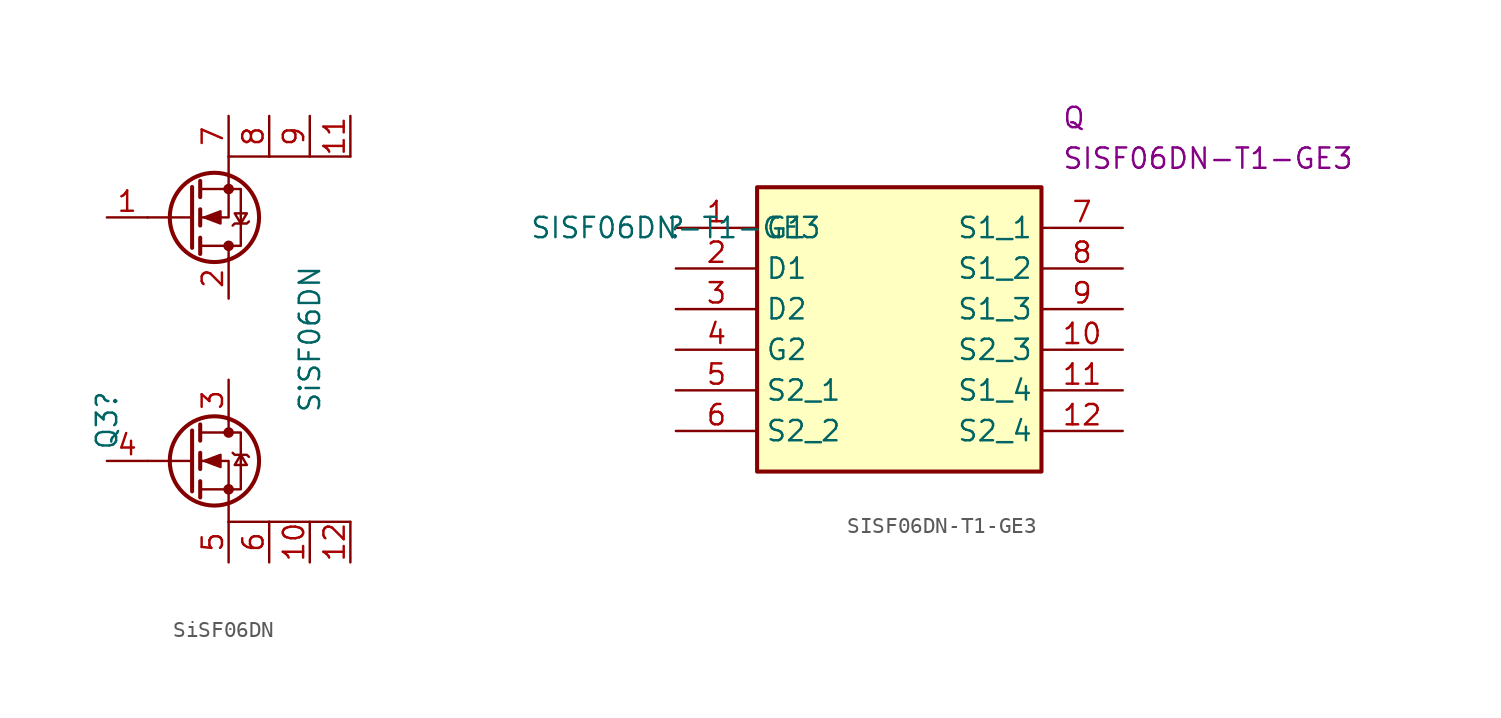
<source format=kicad_sym>
(kicad_symbol_lib
  (version 20211014)
  (generator kicad_symbol_editor)
  (symbol "SiSF06DN"
    (pin_names hide)
    (property "Reference" "Q3"
      (at -7.62 2.54 90)
      (effects (font (size 1.27 1.27))))
    (property "Value" "SiSF06DN"
      (at 5.08 7.62 90)
      (effects (font (size 1.27 1.27))))
    (symbol "SiSF06DN_0_1"
      (circle (center -0.889 0) (radius 2.794) (stroke (width 0.254) (type default) (color 0 0 0 0)) (fill (type none)))
      (circle (center -0.889 15.24) (radius 2.794) (stroke (width 0.254) (type default) (color 0 0 0 0)) (fill (type none)))
      (circle (center 0 -1.778) (radius 0.254) (stroke (width 0) (type default) (color 0 0 0 0)) (fill (type outline)))
      (polyline (pts (xy -2.286 0) (xy -5.08 0)) (stroke (width 0) (type default) (color 0 0 0 0)) (fill (type none)))
      (polyline (pts (xy -2.286 1.905) (xy -2.286 -1.905)) (stroke (width 0.254) (type default) (color 0 0 0 0)) (fill (type none)))
      (polyline (pts (xy -2.286 13.335) (xy -2.286 17.145)) (stroke (width 0.254) (type default) (color 0 0 0 0)) (fill (type none)))
      (polyline (pts (xy -2.286 15.24) (xy -5.08 15.24)) (stroke (width 0) (type default) (color 0 0 0 0)) (fill (type none)))
      (polyline (pts (xy -1.778 -1.27) (xy -1.778 -2.286)) (stroke (width 0.254) (type default) (color 0 0 0 0)) (fill (type none)))
      (polyline (pts (xy -1.778 0.508) (xy -1.778 -0.508)) (stroke (width 0.254) (type default) (color 0 0 0 0)) (fill (type none)))
      (polyline (pts (xy -1.778 2.286) (xy -1.778 1.27)) (stroke (width 0.254) (type default) (color 0 0 0 0)) (fill (type none)))
      (polyline (pts (xy -1.778 12.954) (xy -1.778 13.97)) (stroke (width 0.254) (type default) (color 0 0 0 0)) (fill (type none)))
      (polyline (pts (xy -1.778 14.732) (xy -1.778 15.748)) (stroke (width 0.254) (type default) (color 0 0 0 0)) (fill (type none)))
      (polyline (pts (xy -1.778 16.51) (xy -1.778 17.526)) (stroke (width 0.254) (type default) (color 0 0 0 0)) (fill (type none)))
      (polyline (pts (xy 0 2.54) (xy 0 1.778)) (stroke (width 0) (type default) (color 0 0 0 0)) (fill (type none)))
      (polyline (pts (xy 0 12.7) (xy 0 13.462)) (stroke (width 0) (type default) (color 0 0 0 0)) (fill (type none)))
      (polyline (pts (xy 2.54 -3.81) (xy 0 -3.81)) (stroke (width 0) (type default) (color 0 0 0 0)) (fill (type none)))
      (polyline (pts (xy 2.54 19.05) (xy 0 19.05)) (stroke (width 0) (type default) (color 0 0 0 0)) (fill (type none)))
      (polyline (pts (xy 7.62 -3.81) (xy 2.54 -3.81)) (stroke (width 0) (type default) (color 0 0 0 0)) (fill (type none)))
      (polyline (pts (xy 7.62 19.05) (xy 2.54 19.05)) (stroke (width 0) (type default) (color 0 0 0 0)) (fill (type none)))
      (polyline (pts (xy 0 -3.81) (xy 0 0) (xy -1.778 0)) (stroke (width 0) (type default) (color 0 0 0 0)) (fill (type none)))
      (polyline (pts (xy 0 19.05) (xy 0 15.24) (xy -1.778 15.24)) (stroke (width 0) (type default) (color 0 0 0 0)) (fill (type none)))
      (polyline (pts (xy -1.778 -1.778) (xy 0.762 -1.778) (xy 0.762 1.778) (xy -1.778 1.778)) (stroke (width 0) (type default) (color 0 0 0 0)) (fill (type none)))
      (polyline (pts (xy -1.778 17.018) (xy 0.762 17.018) (xy 0.762 13.462) (xy -1.778 13.462)) (stroke (width 0) (type default) (color 0 0 0 0)) (fill (type none)))
      (polyline (pts (xy -1.524 0) (xy -0.508 0.381) (xy -0.508 -0.381) (xy -1.524 0)) (stroke (width 0) (type default) (color 0 0 0 0)) (fill (type outline)))
      (polyline (pts (xy -1.524 15.24) (xy -0.508 14.859) (xy -0.508 15.621) (xy -1.524 15.24)) (stroke (width 0) (type default) (color 0 0 0 0)) (fill (type outline)))
      (polyline (pts (xy 0.254 0.508) (xy 0.381 0.381) (xy 1.143 0.381) (xy 1.27 0.254)) (stroke (width 0) (type default) (color 0 0 0 0)) (fill (type none)))
      (polyline (pts (xy 0.254 14.732) (xy 0.381 14.859) (xy 1.143 14.859) (xy 1.27 14.986)) (stroke (width 0) (type default) (color 0 0 0 0)) (fill (type none)))
      (polyline (pts (xy 0.762 0.381) (xy 0.381 -0.254) (xy 1.143 -0.254) (xy 0.762 0.381)) (stroke (width 0) (type default) (color 0 0 0 0)) (fill (type none)))
      (polyline (pts (xy 0.762 14.859) (xy 0.381 15.494) (xy 1.143 15.494) (xy 0.762 14.859)) (stroke (width 0) (type default) (color 0 0 0 0)) (fill (type none)))
      (circle (center 0 1.778) (radius 0.254) (stroke (width 0) (type default) (color 0 0 0 0)) (fill (type outline)))
      (circle (center 0 13.462) (radius 0.254) (stroke (width 0) (type default) (color 0 0 0 0)) (fill (type outline)))
      (circle (center 0 17.018) (radius 0.254) (stroke (width 0) (type default) (color 0 0 0 0)) (fill (type outline))))
    (symbol "SiSF06DN_1_1"
      (pin input line (at -7.62 15.24 0) (length 2.54) (name "G1" (effects (font (size 1.27 1.27)))) (number "1" (effects (font (size 1.27 1.27)))))
      (pin passive line (at 5.08 -6.35 90) (length 2.54) (name "S2" (effects (font (size 1.27 1.27)))) (number "10" (effects (font (size 1.27 1.27)))))
      (pin passive line (at 7.62 21.59 270) (length 2.54) (name "S1" (effects (font (size 1.27 1.27)))) (number "11" (effects (font (size 1.27 1.27)))))
      (pin passive line (at 7.62 -6.35 90) (length 2.54) (name "S2" (effects (font (size 1.27 1.27)))) (number "12" (effects (font (size 1.27 1.27)))))
      (pin passive line (at 0 10.16 90) (length 2.54) (name "D1" (effects (font (size 1.27 1.27)))) (number "2" (effects (font (size 1.27 1.27)))))
      (pin passive line (at 0 5.08 270) (length 2.54) (name "D2" (effects (font (size 1.27 1.27)))) (number "3" (effects (font (size 1.27 1.27)))))
      (pin input line (at -7.62 0 0) (length 2.54) (name "G2" (effects (font (size 1.27 1.27)))) (number "4" (effects (font (size 1.27 1.27)))))
      (pin passive line (at 0 -6.35 90) (length 2.54) (name "S2" (effects (font (size 1.27 1.27)))) (number "5" (effects (font (size 1.27 1.27)))))
      (pin passive line (at 2.54 -6.35 90) (length 2.54) (name "S2" (effects (font (size 1.27 1.27)))) (number "6" (effects (font (size 1.27 1.27)))))
      (pin passive line (at 0 21.59 270) (length 2.54) (name "S1" (effects (font (size 1.27 1.27)))) (number "7" (effects (font (size 1.27 1.27)))))
      (pin passive line (at 2.54 21.59 270) (length 2.54) (name "S1" (effects (font (size 1.27 1.27)))) (number "8" (effects (font (size 1.27 1.27)))))
      (pin passive line (at 5.08 21.59 270) (length 2.54) (name "S1" (effects (font (size 1.27 1.27)))) (number "9" (effects (font (size 1.27 1.27)))))))
  (symbol "SISF06DN-T1-GE3"
    (property "Reference" ""
      (at 0 0 0)
      (effects (font (size 1.27 1.27))))
    (property "Value" "SISF06DN-T1-GE3"
      (at 0 0 0)
      (effects (font (size 1.27 1.27))))
    (property "Reference_1" "Q"
      (at 24.13 7.62 0)
      (effects (font (size 1.27 1.27)) (justify left top)))
    (property "Value_1" "SISF06DN-T1-GE3"
      (at 24.13 5.08 0)
      (effects (font (size 1.27 1.27)) (justify left top)))
    (symbol "SISF06DN-T1-GE3_1_1"
      (rectangle (start 5.08 2.54) (end 22.86 -15.24) (stroke (width 0.254) (type default) (color 0 0 0 0)) (fill (type background)))
      (pin passive line (at 0 0 0) (length 5.08) (name "G1" (effects (font (size 1.27 1.27)))) (number "1" (effects (font (size 1.27 1.27)))))
      (pin passive line (at 27.94 -7.62 180) (length 5.08) (name "S2_3" (effects (font (size 1.27 1.27)))) (number "10" (effects (font (size 1.27 1.27)))))
      (pin passive line (at 27.94 -10.16 180) (length 5.08) (name "S1_4" (effects (font (size 1.27 1.27)))) (number "11" (effects (font (size 1.27 1.27)))))
      (pin passive line (at 27.94 -12.7 180) (length 5.08) (name "S2_4" (effects (font (size 1.27 1.27)))) (number "12" (effects (font (size 1.27 1.27)))))
      (pin passive line (at 0 -2.54 0) (length 5.08) (name "D1" (effects (font (size 1.27 1.27)))) (number "2" (effects (font (size 1.27 1.27)))))
      (pin passive line (at 0 -5.08 0) (length 5.08) (name "D2" (effects (font (size 1.27 1.27)))) (number "3" (effects (font (size 1.27 1.27)))))
      (pin passive line (at 0 -7.62 0) (length 5.08) (name "G2" (effects (font (size 1.27 1.27)))) (number "4" (effects (font (size 1.27 1.27)))))
      (pin passive line (at 0 -10.16 0) (length 5.08) (name "S2_1" (effects (font (size 1.27 1.27)))) (number "5" (effects (font (size 1.27 1.27)))))
      (pin passive line (at 0 -12.7 0) (length 5.08) (name "S2_2" (effects (font (size 1.27 1.27)))) (number "6" (effects (font (size 1.27 1.27)))))
      (pin passive line (at 27.94 0 180) (length 5.08) (name "S1_1" (effects (font (size 1.27 1.27)))) (number "7" (effects (font (size 1.27 1.27)))))
      (pin passive line (at 27.94 -2.54 180) (length 5.08) (name "S1_2" (effects (font (size 1.27 1.27)))) (number "8" (effects (font (size 1.27 1.27)))))
      (pin passive line (at 27.94 -5.08 180) (length 5.08) (name "S1_3" (effects (font (size 1.27 1.27)))) (number "9" (effects (font (size 1.27 1.27))))))))
</source>
